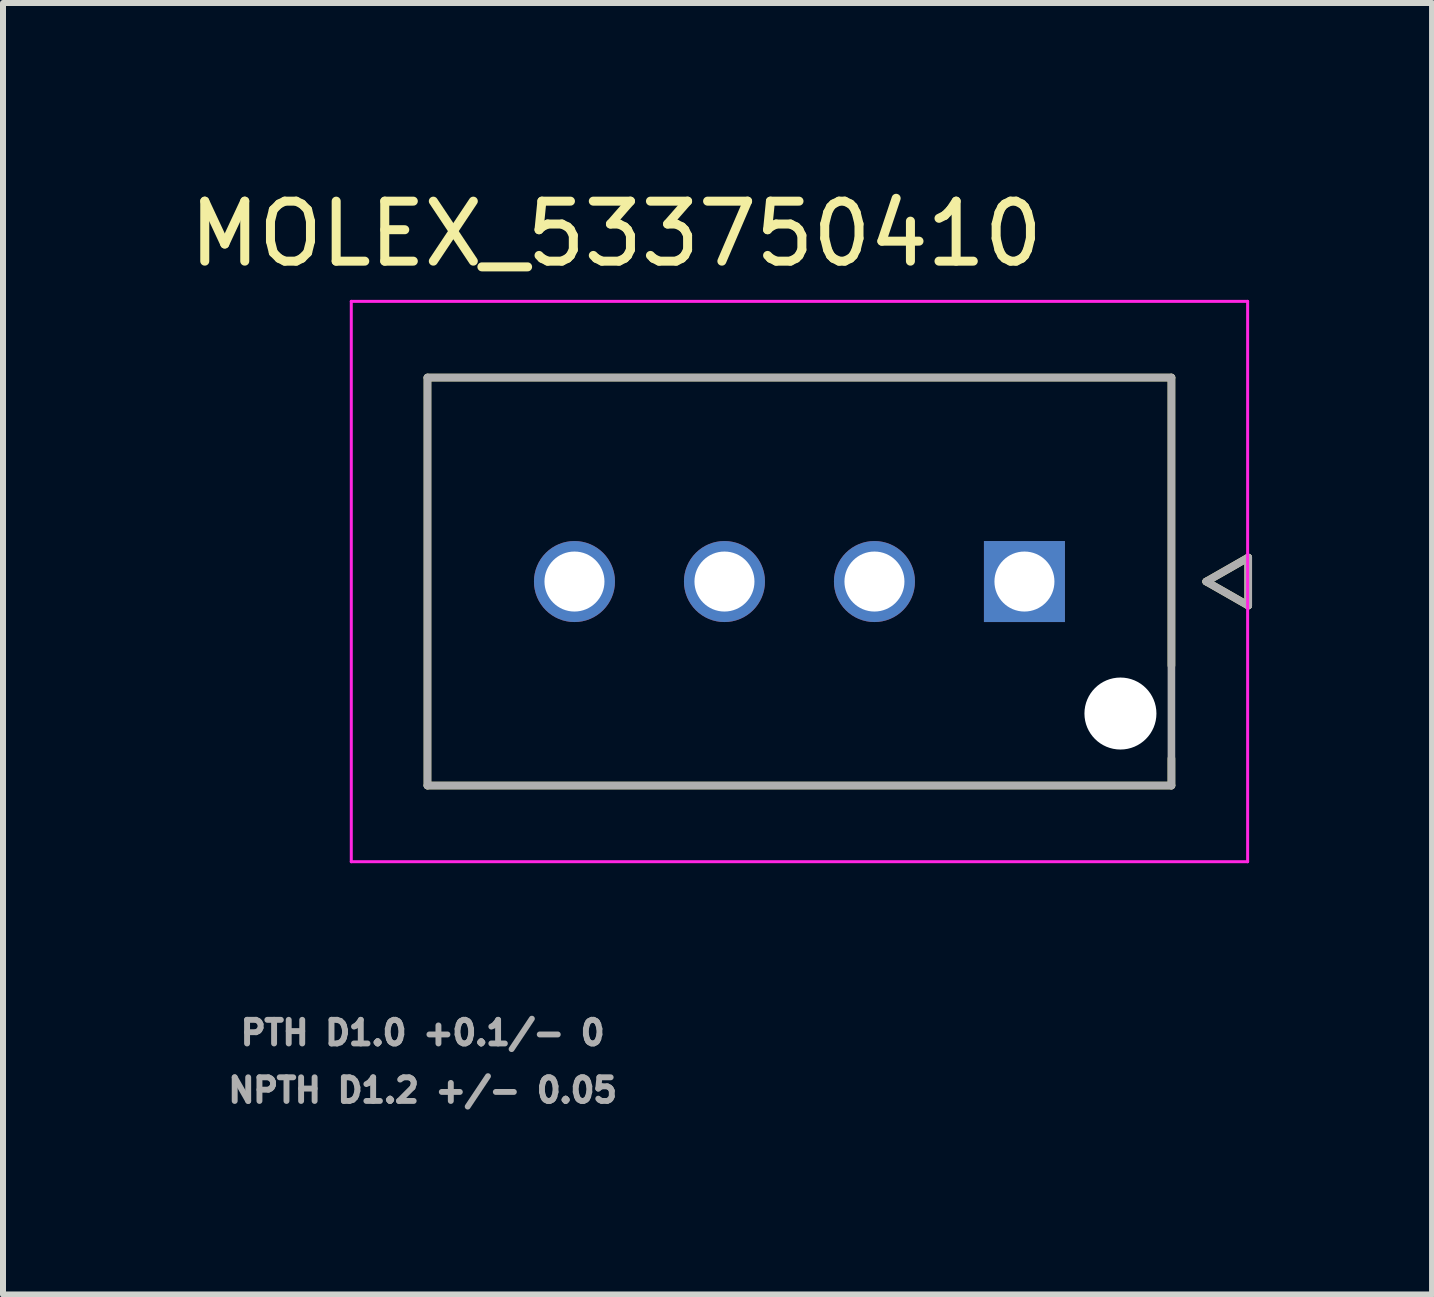
<source format=kicad_pcb>
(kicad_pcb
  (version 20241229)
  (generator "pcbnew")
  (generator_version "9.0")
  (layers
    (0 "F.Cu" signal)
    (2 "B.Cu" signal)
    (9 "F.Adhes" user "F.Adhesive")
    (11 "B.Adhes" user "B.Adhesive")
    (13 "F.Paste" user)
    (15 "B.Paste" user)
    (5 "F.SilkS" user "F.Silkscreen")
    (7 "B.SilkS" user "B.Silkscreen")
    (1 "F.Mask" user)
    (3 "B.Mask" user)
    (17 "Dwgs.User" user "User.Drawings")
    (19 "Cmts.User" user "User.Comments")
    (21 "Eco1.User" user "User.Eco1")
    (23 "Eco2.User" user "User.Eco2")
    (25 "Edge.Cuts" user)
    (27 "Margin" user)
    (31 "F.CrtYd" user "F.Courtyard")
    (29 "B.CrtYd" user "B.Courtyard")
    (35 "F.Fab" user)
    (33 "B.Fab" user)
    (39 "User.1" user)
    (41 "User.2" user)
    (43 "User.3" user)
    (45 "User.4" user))
  (footprint "MOLEX_533750410"
    (layer "F.Cu")
    (at 14.025 6.643)
    (property "Reference" "MOLEX_533750410" (at -6.805 -5.795 0) (layer "F.SilkS") (effects (font (size 1 1) (thickness 0.15))))
    (attr through_hole)
    (fp_circle (center -7.5 0) (end -7.124 0) (stroke (width 0.751) (type solid)) (fill no) (layer "F.Mask"))
    (fp_circle (center -5 0) (end -4.624 0) (stroke (width 0.751) (type solid)) (fill no) (layer "F.Mask"))
    (fp_circle (center -2.5 0) (end -2.124 0) (stroke (width 0.751) (type solid)) (fill no) (layer "F.Mask"))
    (fp_circle (center 1.6 2.2) (end 1.938 2.2) (stroke (width 0.676) (type solid)) (fill no) (layer "F.Mask"))
    (fp_poly (pts (xy -0.751 -0.751) (xy 0.751 -0.751) (xy 0.751 0.751) (xy -0.751 0.751)) (stroke (width 0.01) (type solid)) (fill yes) (layer "F.Mask"))
    (fp_circle (center -7.5 0) (end -7.124 0) (stroke (width 0.751) (type solid)) (fill no) (layer "B.Mask"))
    (fp_circle (center -5 0) (end -4.624 0) (stroke (width 0.751) (type solid)) (fill no) (layer "B.Mask"))
    (fp_circle (center -2.5 0) (end -2.124 0) (stroke (width 0.751) (type solid)) (fill no) (layer "B.Mask"))
    (fp_circle (center 1.6 2.2) (end 1.938 2.2) (stroke (width 0.676) (type solid)) (fill no) (layer "B.Mask"))
    (fp_poly (pts (xy -0.751 -0.751) (xy 0.751 -0.751) (xy 0.751 0.751) (xy -0.751 0.751)) (stroke (width 0.01) (type solid)) (fill yes) (layer "B.Mask"))
    (fp_line (start -9.95 -3.4) (end 2.45 -3.4) (stroke (width 0.127) (type solid)) (layer "F.SilkS"))
    (fp_line (start -9.95 3.4) (end -9.95 -3.4) (stroke (width 0.127) (type solid)) (layer "F.SilkS"))
    (fp_line (start 2.45 -3.4) (end 2.45 1.4) (stroke (width 0.127) (type solid)) (layer "F.SilkS"))
    (fp_line (start 2.45 2.95) (end 2.45 3.4) (stroke (width 0.127) (type solid)) (layer "F.SilkS"))
    (fp_line (start 2.45 3.4) (end -9.95 3.4) (stroke (width 0.127) (type solid)) (layer "F.SilkS"))
    (fp_line (start 3.03 0) (end 3.73 0.4) (stroke (width 0.127) (type solid)) (layer "F.SilkS"))
    (fp_line (start 3.73 -0.4) (end 3.03 0) (stroke (width 0.127) (type solid)) (layer "F.SilkS"))
    (fp_line (start 3.73 0.4) (end 3.73 -0.4) (stroke (width 0.127) (type solid)) (layer "F.SilkS"))
    (fp_line (start -11.22 -4.67) (end 3.72 -4.67) (stroke (width 0.05) (type solid)) (layer "F.CrtYd"))
    (fp_line (start -11.22 4.67) (end -11.22 -4.67) (stroke (width 0.05) (type solid)) (layer "F.CrtYd"))
    (fp_line (start -11.22 4.67) (end 3.72 4.67) (stroke (width 0.05) (type solid)) (layer "F.CrtYd"))
    (fp_line (start 3.72 -4.67) (end 3.72 4.67) (stroke (width 0.05) (type solid)) (layer "F.CrtYd"))
    (fp_line (start -9.95 -3.4) (end 2.45 -3.4) (stroke (width 0.127) (type solid)) (layer "F.Fab"))
    (fp_line (start -9.95 3.4) (end -9.95 -3.4) (stroke (width 0.127) (type solid)) (layer "F.Fab"))
    (fp_line (start 2.45 -3.4) (end 2.45 3.4) (stroke (width 0.127) (type solid)) (layer "F.Fab"))
    (fp_line (start 2.45 3.4) (end -9.95 3.4) (stroke (width 0.127) (type solid)) (layer "F.Fab"))
    (fp_line (start 3.03 0) (end 3.73 0.4) (stroke (width 0.127) (type solid)) (layer "F.Fab"))
    (fp_line (start 3.73 -0.4) (end 3.03 0) (stroke (width 0.127) (type solid)) (layer "F.Fab"))
    (fp_line (start 3.73 0.4) (end 3.73 -0.4) (stroke (width 0.127) (type solid)) (layer "F.Fab"))
    (fp_text user "NPTH D1.2 +/- 0.05" (at -10.03 8.48 0) (layer "F.Fab") (effects (font (size 0.394 0.394) (thickness 0.15))))
    (fp_text user "PTH D1.0 +0.1/- 0" (at -10.03 7.522 0) (layer "F.Fab") (effects (font (size 0.394 0.394) (thickness 0.15))))
    (pad "" np_thru_hole circle (at 1.6 2.2) (size 1.2 1.2) (drill 1.2) (layers "*.Cu" "*.Mask"))
    (pad "1" thru_hole rect (at 0 0) (size 1.35 1.35) (drill 1) (layers "*.Cu"))
    (pad "2" thru_hole circle (at -2.5 0) (size 1.35 1.35) (drill 1) (layers "*.Cu"))
    (pad "3" thru_hole circle (at -5 0) (size 1.35 1.35) (drill 1) (layers "*.Cu"))
    (pad "4" thru_hole circle (at -7.5 0) (size 1.35 1.35) (drill 1) (layers "*.Cu")))
  (gr_rect
    (start -3 -3)
    (end 20.819 18.526)
    (stroke (width 0.1) (type default))
    (fill no)
    (layer "Edge.Cuts")))
</source>
